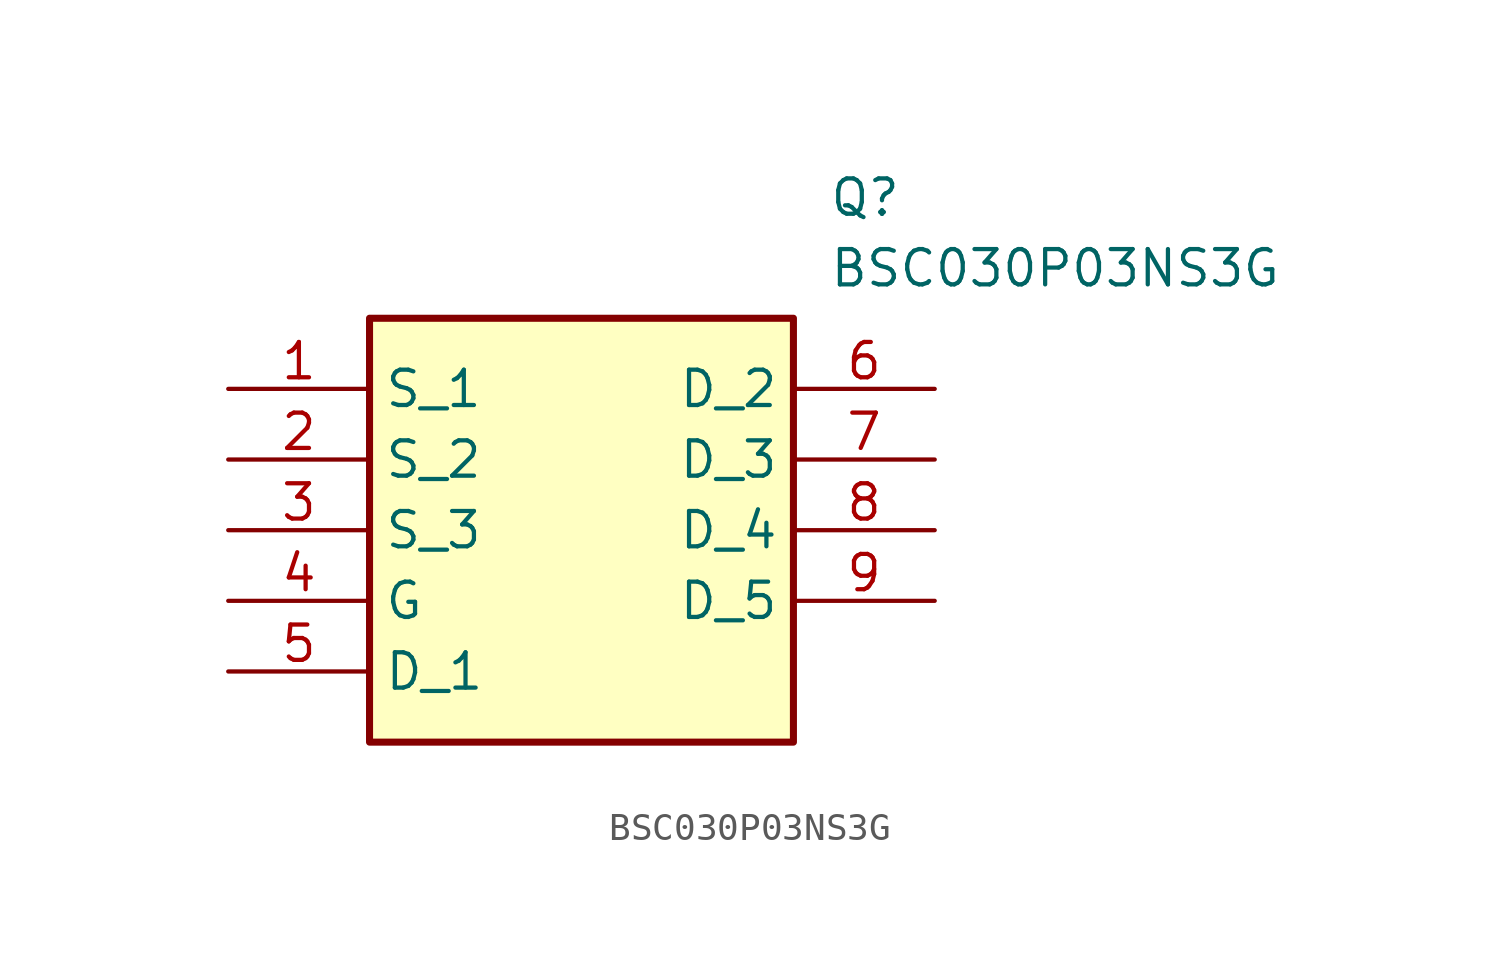
<source format=kicad_sym>
(kicad_symbol_lib
  (version 20211014)
  (generator SamacSys_ECAD_Model)
  (symbol "BSC030P03NS3G"
    (property "Reference" "Q"
      (at 21.59 7.62 0)
      (effects (font (size 1.27 1.27)) (justify left top)))
    (property "Value" "BSC030P03NS3G"
      (at 21.59 5.08 0)
      (effects (font (size 1.27 1.27)) (justify left top)))
    (rectangle
      (start 5.08 2.54)
      (end 20.32 -12.7)
      (stroke (width 0.254) (type default))
      (fill (type background)))
    (pin passive line
      (at 0 0 0)
      (length 5.08)
      (name "S_1" (effects (font (size 1.27 1.27))))
      (number "1" (effects (font (size 1.27 1.27)))))
    (pin passive line
      (at 0 -2.54 0)
      (length 5.08)
      (name "S_2" (effects (font (size 1.27 1.27))))
      (number "2" (effects (font (size 1.27 1.27)))))
    (pin passive line
      (at 0 -5.08 0)
      (length 5.08)
      (name "S_3" (effects (font (size 1.27 1.27))))
      (number "3" (effects (font (size 1.27 1.27)))))
    (pin passive line
      (at 0 -7.62 0)
      (length 5.08)
      (name "G" (effects (font (size 1.27 1.27))))
      (number "4" (effects (font (size 1.27 1.27)))))
    (pin passive line
      (at 0 -10.16 0)
      (length 5.08)
      (name "D_1" (effects (font (size 1.27 1.27))))
      (number "5" (effects (font (size 1.27 1.27)))))
    (pin passive line
      (at 25.4 0 180)
      (length 5.08)
      (name "D_2" (effects (font (size 1.27 1.27))))
      (number "6" (effects (font (size 1.27 1.27)))))
    (pin passive line
      (at 25.4 -2.54 180)
      (length 5.08)
      (name "D_3" (effects (font (size 1.27 1.27))))
      (number "7" (effects (font (size 1.27 1.27)))))
    (pin passive line
      (at 25.4 -5.08 180)
      (length 5.08)
      (name "D_4" (effects (font (size 1.27 1.27))))
      (number "8" (effects (font (size 1.27 1.27)))))
    (pin passive line
      (at 25.4 -7.62 180)
      (length 5.08)
      (name "D_5" (effects (font (size 1.27 1.27))))
      (number "9" (effects (font (size 1.27 1.27)))))))
</source>
